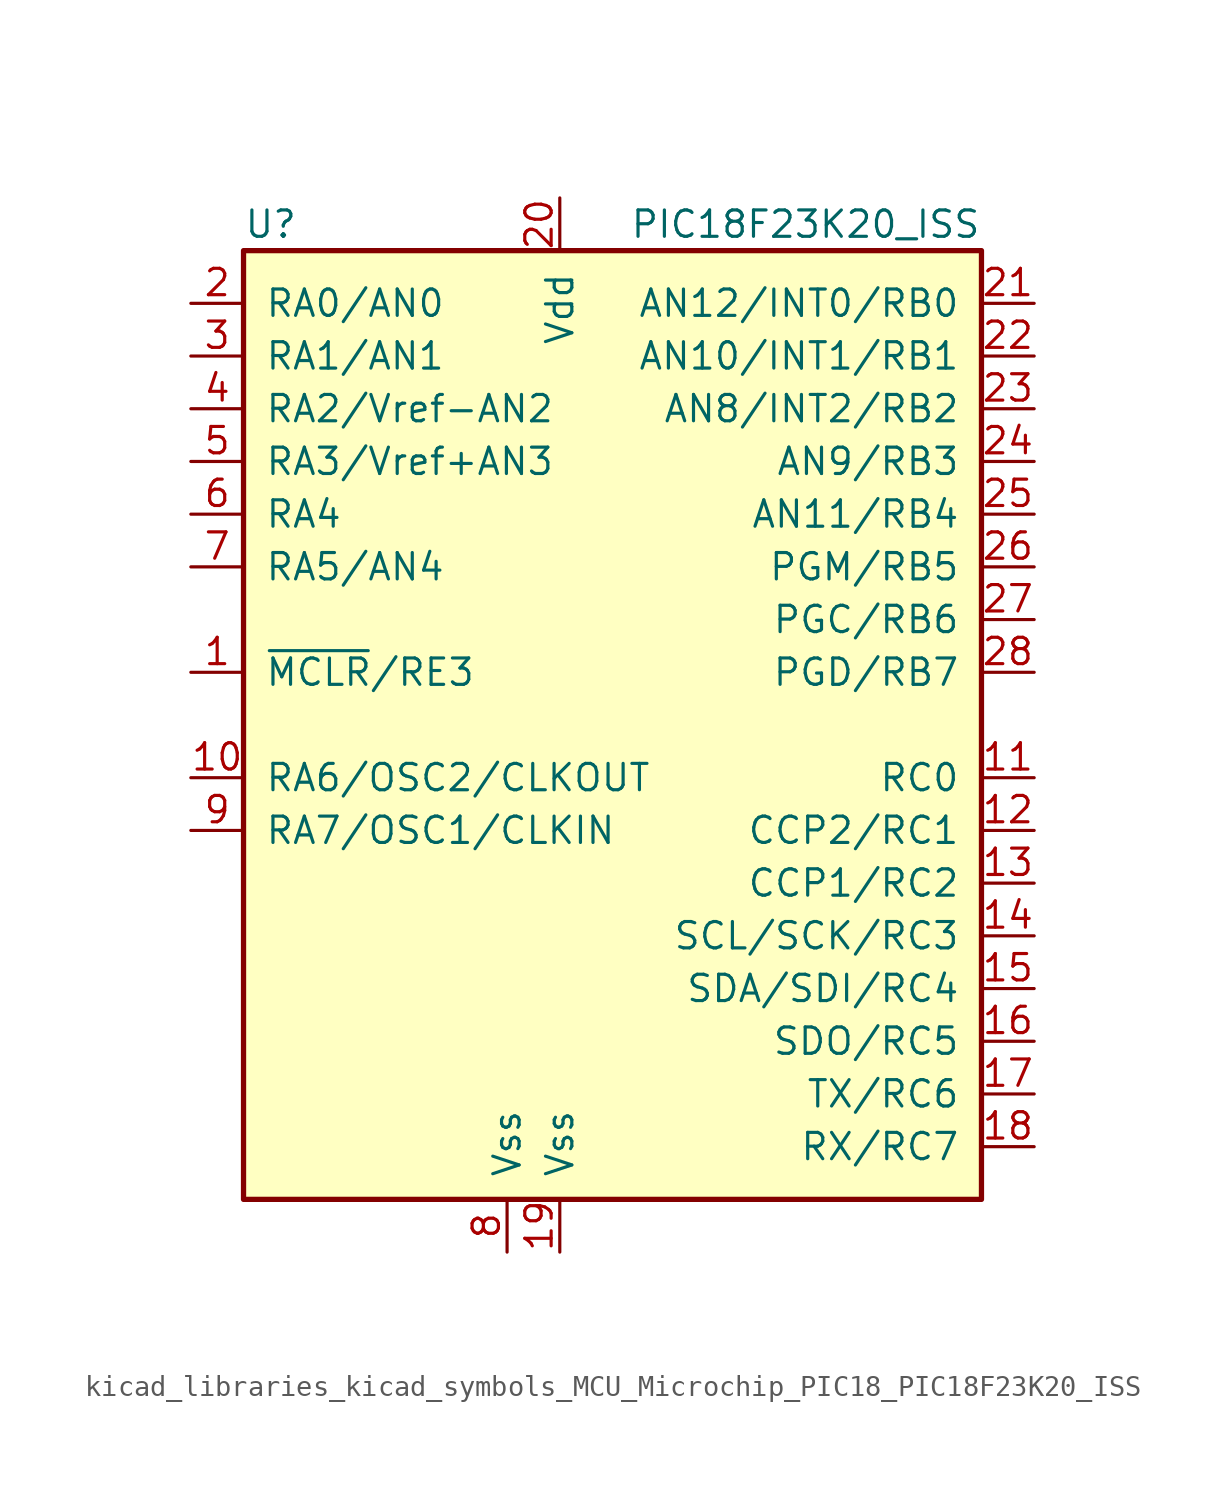
<source format=kicad_sym>
(kicad_symbol_lib
  (version 20220914)
  (generator kicad_symbol_editor)
  (symbol "kicad_libraries_kicad_symbols_MCU_Microchip_PIC18_PIC18F23K20_ISS"
    (pin_names
      (offset 1.016))
    (property "Reference" "U"
      (at -17.78 24.13 0)
      (effects (font (size 1.27 1.27)) (justify left)))
    (property "Value" "PIC18F23K20_ISS"
      (at 17.78 24.13 0)
      (effects (font (size 1.27 1.27)) (justify right)))
    (symbol "kicad_libraries_kicad_symbols_MCU_Microchip_PIC18_PIC18F23K20_ISS_0_1"
      (rectangle (start -17.78 22.86) (end 17.78 -22.86) (stroke (width 0.254) (type default)) (fill (type background))))
    (symbol "kicad_libraries_kicad_symbols_MCU_Microchip_PIC18_PIC18F23K20_ISS_1_1"
      (pin bidirectional line (at -20.32 2.54 0) (length 2.54) (name "~{MCLR}/RE3" (effects (font (size 1.27 1.27)))) (number "1" (effects (font (size 1.27 1.27)))))
      (pin input line (at -20.32 -2.54 0) (length 2.54) (name "RA6/OSC2/CLKOUT" (effects (font (size 1.27 1.27)))) (number "10" (effects (font (size 1.27 1.27)))))
      (pin bidirectional line (at 20.32 -2.54 180) (length 2.54) (name "RC0" (effects (font (size 1.27 1.27)))) (number "11" (effects (font (size 1.27 1.27)))))
      (pin bidirectional line (at 20.32 -5.08 180) (length 2.54) (name "CCP2/RC1" (effects (font (size 1.27 1.27)))) (number "12" (effects (font (size 1.27 1.27)))))
      (pin bidirectional line (at 20.32 -7.62 180) (length 2.54) (name "CCP1/RC2" (effects (font (size 1.27 1.27)))) (number "13" (effects (font (size 1.27 1.27)))))
      (pin bidirectional line (at 20.32 -10.16 180) (length 2.54) (name "SCL/SCK/RC3" (effects (font (size 1.27 1.27)))) (number "14" (effects (font (size 1.27 1.27)))))
      (pin bidirectional line (at 20.32 -12.7 180) (length 2.54) (name "SDA/SDI/RC4" (effects (font (size 1.27 1.27)))) (number "15" (effects (font (size 1.27 1.27)))))
      (pin bidirectional line (at 20.32 -15.24 180) (length 2.54) (name "SDO/RC5" (effects (font (size 1.27 1.27)))) (number "16" (effects (font (size 1.27 1.27)))))
      (pin bidirectional line (at 20.32 -17.78 180) (length 2.54) (name "TX/RC6" (effects (font (size 1.27 1.27)))) (number "17" (effects (font (size 1.27 1.27)))))
      (pin bidirectional line (at 20.32 -20.32 180) (length 2.54) (name "RX/RC7" (effects (font (size 1.27 1.27)))) (number "18" (effects (font (size 1.27 1.27)))))
      (pin power_in line (at -2.54 -25.4 90) (length 2.54) (name "Vss" (effects (font (size 1.27 1.27)))) (number "19" (effects (font (size 1.27 1.27)))))
      (pin bidirectional line (at -20.32 20.32 0) (length 2.54) (name "RA0/AN0" (effects (font (size 1.27 1.27)))) (number "2" (effects (font (size 1.27 1.27)))))
      (pin power_in line (at -2.54 25.4 270) (length 2.54) (name "Vdd" (effects (font (size 1.27 1.27)))) (number "20" (effects (font (size 1.27 1.27)))))
      (pin bidirectional line (at 20.32 20.32 180) (length 2.54) (name "AN12/INT0/RB0" (effects (font (size 1.27 1.27)))) (number "21" (effects (font (size 1.27 1.27)))))
      (pin bidirectional line (at 20.32 17.78 180) (length 2.54) (name "AN10/INT1/RB1" (effects (font (size 1.27 1.27)))) (number "22" (effects (font (size 1.27 1.27)))))
      (pin bidirectional line (at 20.32 15.24 180) (length 2.54) (name "AN8/INT2/RB2" (effects (font (size 1.27 1.27)))) (number "23" (effects (font (size 1.27 1.27)))))
      (pin bidirectional line (at 20.32 12.7 180) (length 2.54) (name "AN9/RB3" (effects (font (size 1.27 1.27)))) (number "24" (effects (font (size 1.27 1.27)))))
      (pin bidirectional line (at 20.32 10.16 180) (length 2.54) (name "AN11/RB4" (effects (font (size 1.27 1.27)))) (number "25" (effects (font (size 1.27 1.27)))))
      (pin bidirectional line (at 20.32 7.62 180) (length 2.54) (name "PGM/RB5" (effects (font (size 1.27 1.27)))) (number "26" (effects (font (size 1.27 1.27)))))
      (pin bidirectional line (at 20.32 5.08 180) (length 2.54) (name "PGC/RB6" (effects (font (size 1.27 1.27)))) (number "27" (effects (font (size 1.27 1.27)))))
      (pin bidirectional line (at 20.32 2.54 180) (length 2.54) (name "PGD/RB7" (effects (font (size 1.27 1.27)))) (number "28" (effects (font (size 1.27 1.27)))))
      (pin bidirectional line (at -20.32 17.78 0) (length 2.54) (name "RA1/AN1" (effects (font (size 1.27 1.27)))) (number "3" (effects (font (size 1.27 1.27)))))
      (pin bidirectional line (at -20.32 15.24 0) (length 2.54) (name "RA2/Vref-AN2" (effects (font (size 1.27 1.27)))) (number "4" (effects (font (size 1.27 1.27)))))
      (pin bidirectional line (at -20.32 12.7 0) (length 2.54) (name "RA3/Vref+AN3" (effects (font (size 1.27 1.27)))) (number "5" (effects (font (size 1.27 1.27)))))
      (pin power_in line (at -20.32 10.16 0) (length 2.54) (name "RA4" (effects (font (size 1.27 1.27)))) (number "6" (effects (font (size 1.27 1.27)))))
      (pin bidirectional line (at -20.32 7.62 0) (length 2.54) (name "RA5/AN4" (effects (font (size 1.27 1.27)))) (number "7" (effects (font (size 1.27 1.27)))))
      (pin power_in line (at -5.08 -25.4 90) (length 2.54) (name "Vss" (effects (font (size 1.27 1.27)))) (number "8" (effects (font (size 1.27 1.27)))))
      (pin input line (at -20.32 -5.08 0) (length 2.54) (name "RA7/OSC1/CLKIN" (effects (font (size 1.27 1.27)))) (number "9" (effects (font (size 1.27 1.27))))))))
</source>
